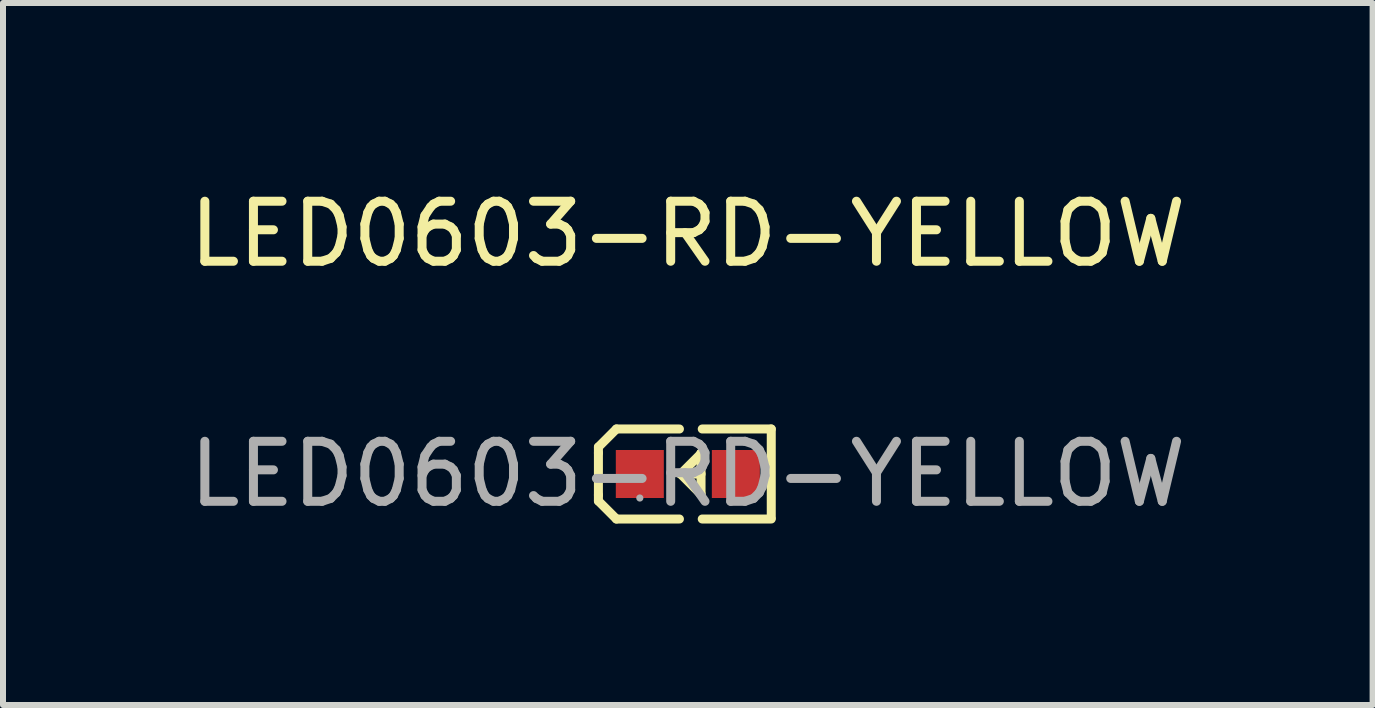
<source format=kicad_pcb>
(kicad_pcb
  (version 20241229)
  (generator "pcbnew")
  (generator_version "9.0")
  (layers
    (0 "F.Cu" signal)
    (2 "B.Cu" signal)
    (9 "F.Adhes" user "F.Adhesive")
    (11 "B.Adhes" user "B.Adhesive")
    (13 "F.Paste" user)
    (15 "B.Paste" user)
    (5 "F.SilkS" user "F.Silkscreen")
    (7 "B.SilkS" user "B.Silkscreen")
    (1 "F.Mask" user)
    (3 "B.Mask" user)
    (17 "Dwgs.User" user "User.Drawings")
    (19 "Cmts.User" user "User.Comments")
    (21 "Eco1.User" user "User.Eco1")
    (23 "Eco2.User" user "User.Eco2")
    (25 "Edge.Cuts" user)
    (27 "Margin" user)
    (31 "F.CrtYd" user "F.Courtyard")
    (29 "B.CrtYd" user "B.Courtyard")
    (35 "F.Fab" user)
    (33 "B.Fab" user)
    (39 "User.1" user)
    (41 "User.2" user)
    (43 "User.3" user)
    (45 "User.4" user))
  (footprint "LED0603-RD-YELLOW"
    (layer "F.Cu")
    (at 8.411 4.848)
    (property "Reference" "LED0603-RD-YELLOW" (at 0 -4 0) (layer "F.SilkS") (effects (font (size 1 1) (thickness 0.15))))
    (attr smd)
    (fp_line (start -1.49 -0.45) (end -1.19 -0.75) (stroke (width 0.15) (type solid)) (layer "F.SilkS"))
    (fp_line (start -1.49 -0.35) (end -1.49 -0.45) (stroke (width 0.15) (type solid)) (layer "F.SilkS"))
    (fp_line (start -1.49 -0.35) (end -1.49 0.35) (stroke (width 0.15) (type solid)) (layer "F.SilkS"))
    (fp_line (start -1.49 0.35) (end -1.49 0.45) (stroke (width 0.15) (type solid)) (layer "F.SilkS"))
    (fp_line (start -1.49 0.45) (end -1.19 0.75) (stroke (width 0.15) (type solid)) (layer "F.SilkS"))
    (fp_line (start -0.14 -0.75) (end -1.19 -0.75) (stroke (width 0.15) (type solid)) (layer "F.SilkS"))
    (fp_line (start -0.14 0.75) (end -1.19 0.75) (stroke (width 0.15) (type solid)) (layer "F.SilkS"))
    (fp_line (start 0.21 0.33) (end -0.12 0) (stroke (width 0.15) (type solid)) (layer "F.SilkS"))
    (fp_line (start 0.22 -0.35) (end 0.22 -0.34) (stroke (width 0.15) (type solid)) (layer "F.SilkS"))
    (fp_line (start 0.22 -0.35) (end 0.22 0.33) (stroke (width 0.15) (type solid)) (layer "F.SilkS"))
    (fp_line (start 0.22 -0.34) (end -0.12 0) (stroke (width 0.15) (type solid)) (layer "F.SilkS"))
    (fp_line (start 0.22 0) (end -0.12 0) (stroke (width 0.15) (type solid)) (layer "F.SilkS"))
    (fp_line (start 0.22 0.33) (end 0.21 0.33) (stroke (width 0.15) (type solid)) (layer "F.SilkS"))
    (fp_line (start 0.24 -0.75) (end 1.39 -0.75) (stroke (width 0.15) (type solid)) (layer "F.SilkS"))
    (fp_line (start 0.24 0.75) (end 1.39 0.75) (stroke (width 0.15) (type solid)) (layer "F.SilkS"))
    (fp_line (start 1.39 -0.75) (end 1.39 0.73) (stroke (width 0.15) (type solid)) (layer "F.SilkS"))
    (fp_circle (center -0.8 0.4) (end -0.77 0.4) (stroke (width 0.06) (type solid)) (fill no) (layer "F.Fab"))
    (fp_text user "${REFERENCE}" (at 0 0 0) (layer "F.Fab") (effects (font (size 1 1) (thickness 0.15))))
    (pad "1" smd rect (at -0.8 0 90) (size 0.8 0.8) (layers "F.Cu" "F.Mask" "F.Paste"))
    (pad "2" smd rect (at 0.8 0 90) (size 0.8 0.8) (layers "F.Cu" "F.Mask" "F.Paste")))
  (gr_rect
    (start -3 -3)
    (end 19.821 8.697)
    (stroke (width 0.1) (type default))
    (fill no)
    (layer "Edge.Cuts")))
</source>
